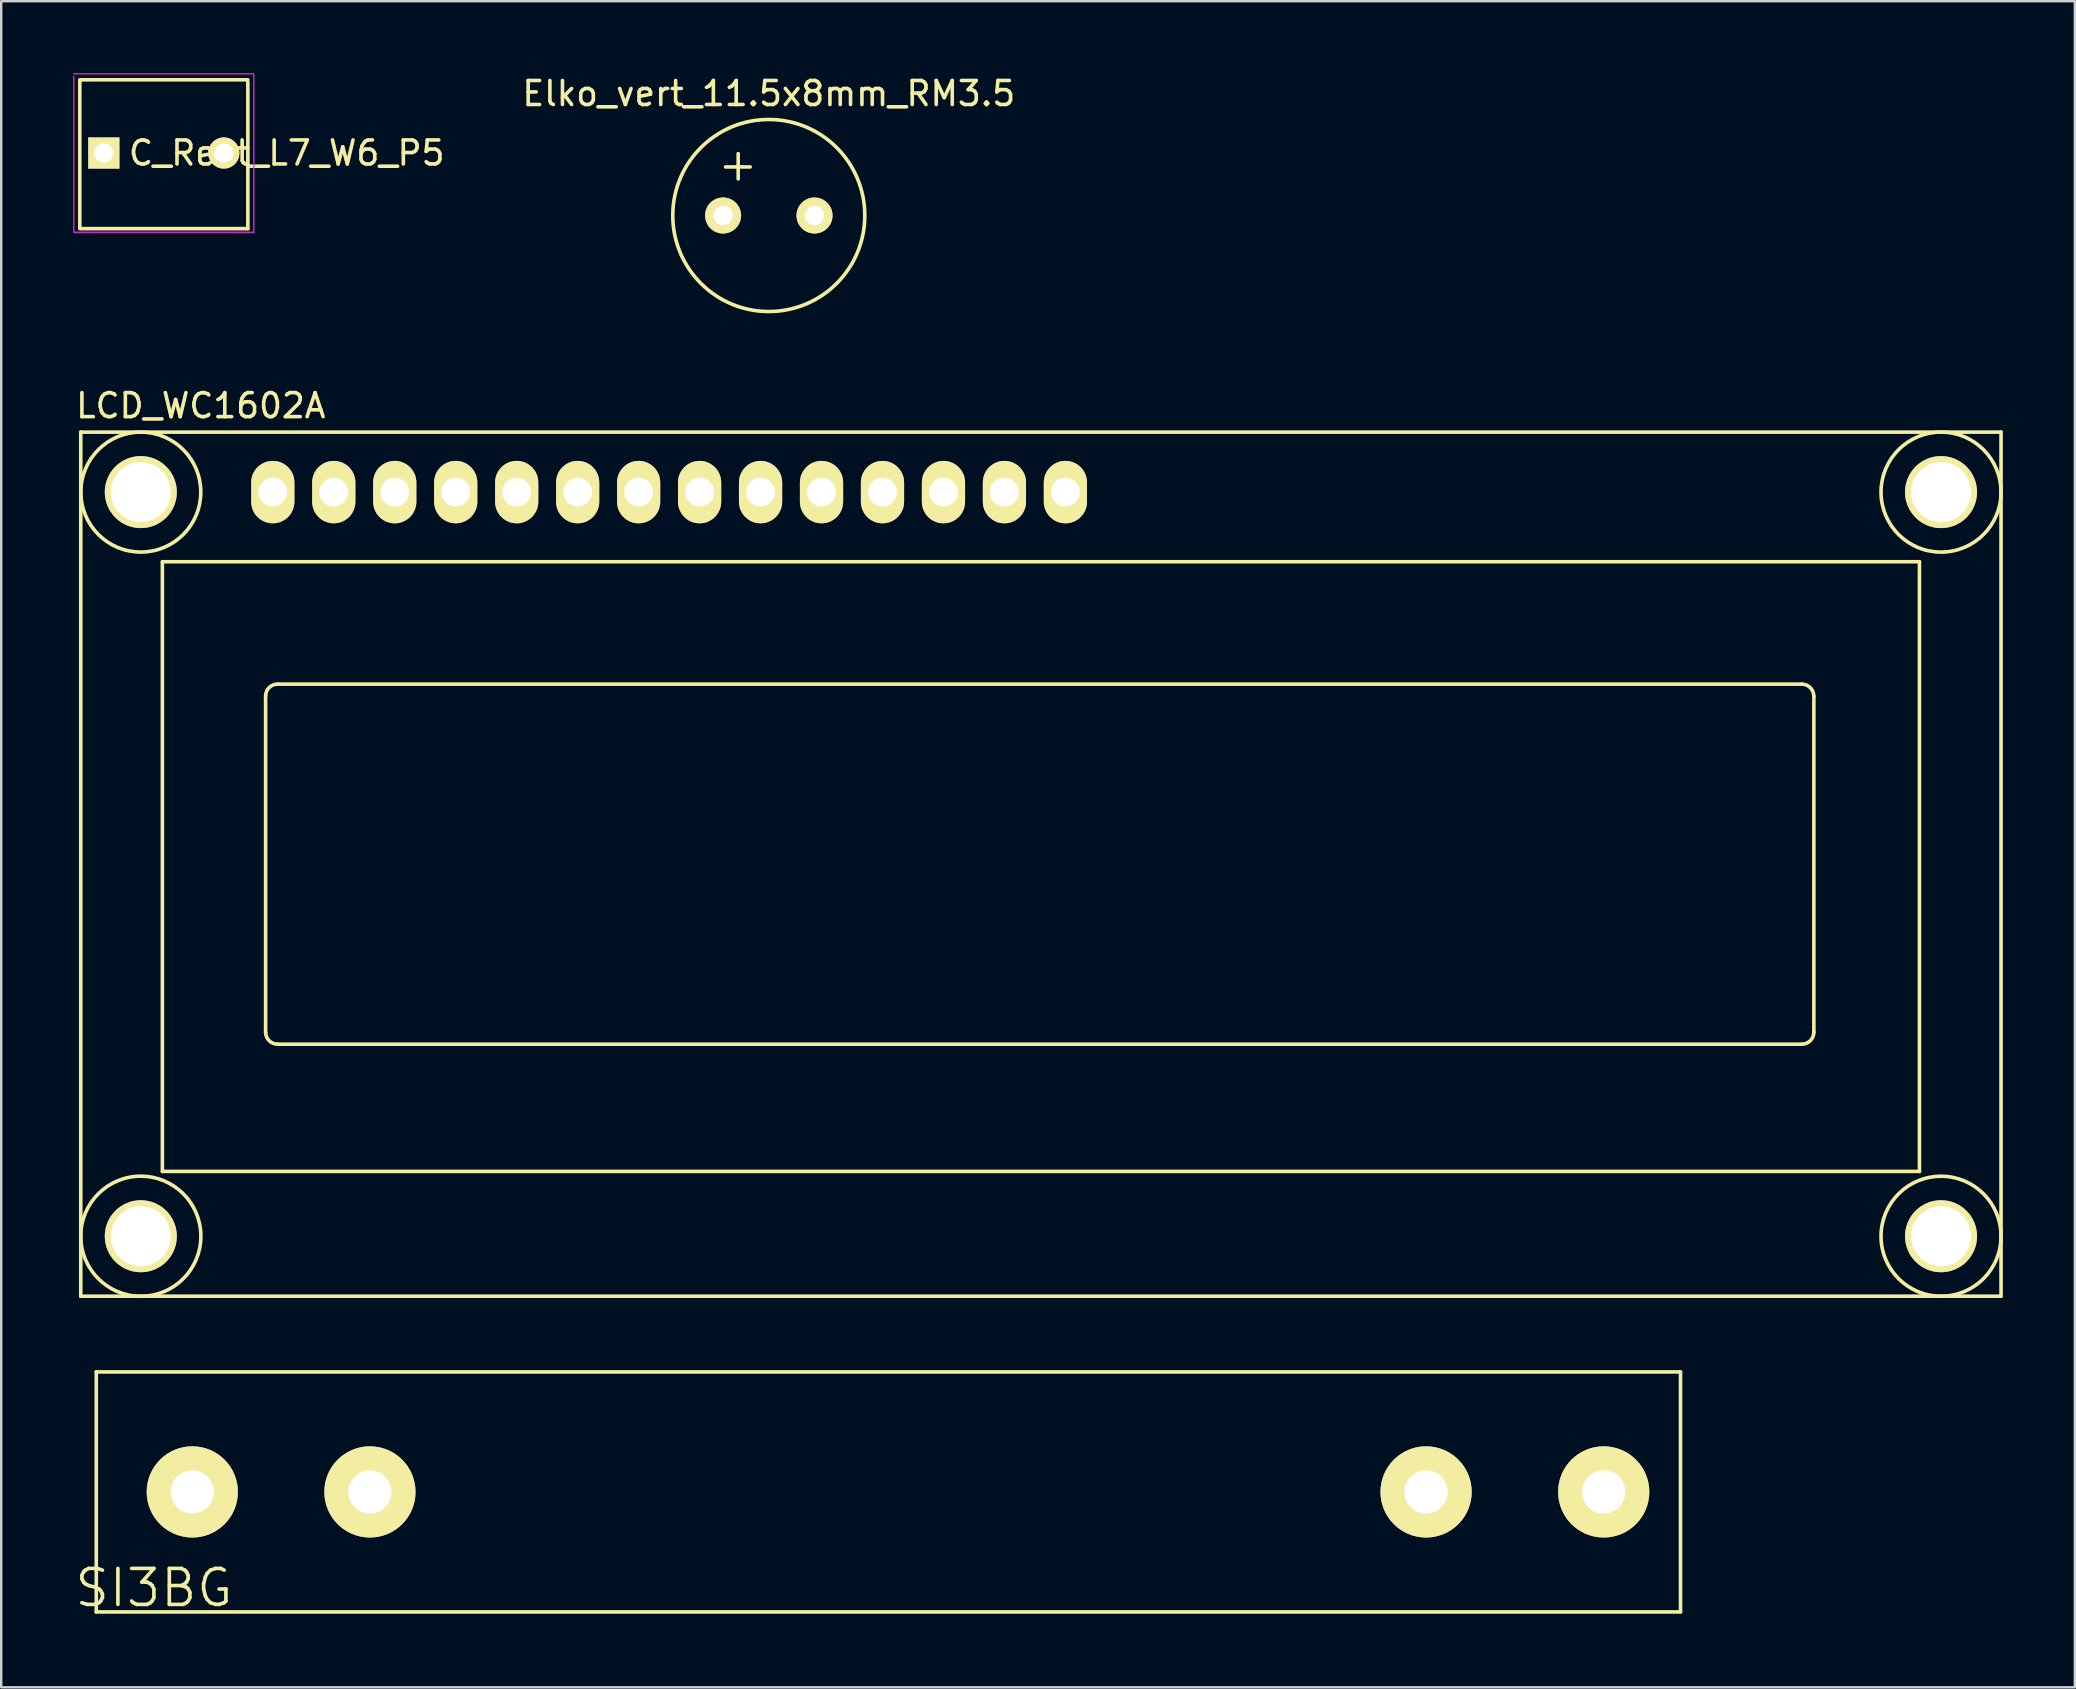
<source format=kicad_pcb>
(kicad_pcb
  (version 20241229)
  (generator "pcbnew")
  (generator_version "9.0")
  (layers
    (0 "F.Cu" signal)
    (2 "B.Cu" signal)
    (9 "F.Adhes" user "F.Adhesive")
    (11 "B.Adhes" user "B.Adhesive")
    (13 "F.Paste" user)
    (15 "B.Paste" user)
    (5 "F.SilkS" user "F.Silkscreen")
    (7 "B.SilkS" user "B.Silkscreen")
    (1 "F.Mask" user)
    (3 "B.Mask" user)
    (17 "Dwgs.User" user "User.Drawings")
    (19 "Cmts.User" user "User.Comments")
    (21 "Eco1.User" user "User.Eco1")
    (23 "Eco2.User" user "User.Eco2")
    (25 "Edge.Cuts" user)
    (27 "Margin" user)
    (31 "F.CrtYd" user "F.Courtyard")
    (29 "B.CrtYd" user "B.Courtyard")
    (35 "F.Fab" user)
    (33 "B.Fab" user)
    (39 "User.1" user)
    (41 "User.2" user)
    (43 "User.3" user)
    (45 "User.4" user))
  (footprint "C_Rect_L7_W6_P5"
    (layer "F.Cu")
    (at 1.275 3.325)
    (property "Reference" "C_Rect_L7_W6_P5" (at 7.62 0 0) (layer "F.SilkS") (effects (font (size 1 1) (thickness 0.15))))
    (attr through_hole)
    (fp_line (start -1 -3.05) (end 6 -3.05) (stroke (width 0.15) (type solid)) (layer "F.SilkS"))
    (fp_line (start -1 3.1) (end -1 -3) (stroke (width 0.15) (type solid)) (layer "F.SilkS"))
    (fp_line (start 6 -2.95) (end 6 3.15) (stroke (width 0.15) (type solid)) (layer "F.SilkS"))
    (fp_line (start 6 3.15) (end -1 3.15) (stroke (width 0.15) (type solid)) (layer "F.SilkS"))
    (fp_line (start -1.25 -3.3) (end 6.25 -3.3) (stroke (width 0.05) (type solid)) (layer "F.CrtYd"))
    (fp_line (start -1.25 3.3) (end -1.25 -3.2) (stroke (width 0.05) (type solid)) (layer "F.CrtYd"))
    (fp_line (start 6.25 -3.25) (end 6.25 3.3) (stroke (width 0.05) (type solid)) (layer "F.CrtYd"))
    (fp_line (start 6.25 3.3) (end -1.25 3.3) (stroke (width 0.05) (type solid)) (layer "F.CrtYd"))
    (pad "1" thru_hole rect (at 0 0) (size 1.3 1.3) (drill 0.8) (layers "*.Cu" "*.Mask" "F.SilkS"))
    (pad "2" thru_hole circle (at 5 0) (size 1.3 1.3) (drill 0.8) (layers "*.Cu" "*.Mask" "F.SilkS")))
  (footprint "Elko_vert_11.5x8mm_RM3.5"
    (layer "F.Cu")
    (at 27.073 5.928)
    (property "Reference" "Elko_vert_11.5x8mm_RM3.5" (at 1.905 -5.08 0) (layer "F.SilkS") (effects (font (size 1 1) (thickness 0.15))))
    (attr through_hole)
    (fp_line (start 0.104 -2.024) (end 1.13 -2.024) (stroke (width 0.15) (type solid)) (layer "F.SilkS"))
    (fp_line (start 0.63 -2.576) (end 0.63 -1.524) (stroke (width 0.15) (type solid)) (layer "F.SilkS"))
    (fp_circle (center 1.905 0) (end 5.905 0) (stroke (width 0.15) (type solid)) (fill no) (layer "F.SilkS"))
    (pad "1" thru_hole circle (at 0 0) (size 1.501 1.501) (drill 0.8) (layers "*.Cu" "*.Mask" "F.SilkS"))
    (pad "2" thru_hole circle (at 3.81 0) (size 1.501 1.501) (drill 0.8) (layers "*.Cu" "*.Mask" "F.SilkS")))
  (footprint "SI3BG"
    (layer "F.Cu")
    (at 4.961 59.104)
    (property "Reference" "SI3BG" (at -1.6 4 0) (layer "F.SilkS") (effects (font (size 1.5 1.5) (thickness 0.15))))
    (attr through_hole)
    (fp_line (start -4 -5) (end -4 5) (stroke (width 0.15) (type solid)) (layer "F.SilkS"))
    (fp_line (start -4 5) (end 62 5) (stroke (width 0.15) (type solid)) (layer "F.SilkS"))
    (fp_line (start 62 -5) (end -4 -5) (stroke (width 0.15) (type solid)) (layer "F.SilkS"))
    (fp_line (start 62 5) (end 62 -5) (stroke (width 0.15) (type solid)) (layer "F.SilkS"))
    (pad "1" thru_hole oval (at 0 0) (size 3.8 3.8) (drill 1.8) (layers "*.Cu" "*.Mask" "F.SilkS"))
    (pad "1" thru_hole oval (at 7.4 0) (size 3.8 3.8) (drill 1.8) (layers "*.Cu" "*.Mask" "F.SilkS"))
    (pad "2" thru_hole oval (at 51.4 0) (size 3.8 3.8) (drill 1.8) (layers "*.Cu" "*.Mask" "F.SilkS"))
    (pad "2" thru_hole oval (at 58.8 0) (size 3.8 3.8) (drill 1.8) (layers "*.Cu" "*.Mask" "F.SilkS")))
  (footprint "LCD_WC1602A"
    (layer "F.Cu")
    (at 8.315 17.451)
    (property "Reference" "LCD_WC1602A" (at -3 -3.599 0) (layer "F.SilkS") (effects (font (size 1 1) (thickness 0.15))))
    (attr through_hole)
    (fp_line (start -8.001 -2.499) (end 71.999 -2.499) (stroke (width 0.15) (type solid)) (layer "F.SilkS"))
    (fp_line (start -8.001 33.5) (end -8.001 -2.499) (stroke (width 0.15) (type solid)) (layer "F.SilkS"))
    (fp_line (start -4.6 2.901) (end 68.6 2.901) (stroke (width 0.15) (type solid)) (layer "F.SilkS"))
    (fp_line (start -4.6 28.301) (end -4.6 2.901) (stroke (width 0.15) (type solid)) (layer "F.SilkS"))
    (fp_line (start -0.3 22.499) (end -0.3 8.499) (stroke (width 0.15) (type solid)) (layer "F.SilkS"))
    (fp_line (start 0.201 8.001) (end 63.701 8.001) (stroke (width 0.15) (type solid)) (layer "F.SilkS"))
    (fp_line (start 63.701 23) (end 0.201 23) (stroke (width 0.15) (type solid)) (layer "F.SilkS"))
    (fp_line (start 64.201 8.499) (end 64.201 22.499) (stroke (width 0.15) (type solid)) (layer "F.SilkS"))
    (fp_line (start 68.6 2.901) (end 68.6 28.301) (stroke (width 0.15) (type solid)) (layer "F.SilkS"))
    (fp_line (start 68.6 28.301) (end -4.6 28.301) (stroke (width 0.15) (type solid)) (layer "F.SilkS"))
    (fp_line (start 71.999 -2.499) (end 71.999 33.5) (stroke (width 0.15) (type solid)) (layer "F.SilkS"))
    (fp_line (start 71.999 33.5) (end -8.001 33.5) (stroke (width 0.15) (type solid)) (layer "F.SilkS"))
    (fp_arc (start -0.29972 8.49884) (mid -0.153162 8.145018) (end 0.20066 7.99846) (stroke (width 0.15) (type solid)) (layer "F.SilkS"))
    (fp_arc (start 0.20066 22.9997) (mid -0.153162 22.853142) (end -0.29972 22.49932) (stroke (width 0.15) (type solid)) (layer "F.SilkS"))
    (fp_arc (start 63.70066 8.001) (mid 64.052686 8.146814) (end 64.1985 8.49884) (stroke (width 0.15) (type solid)) (layer "F.SilkS"))
    (fp_arc (start 64.20104 22.49932) (mid 64.054482 22.853142) (end 63.70066 22.9997) (stroke (width 0.15) (type solid)) (layer "F.SilkS"))
    (fp_circle (center -5.499 0) (end -3 0) (stroke (width 0.15) (type solid)) (fill no) (layer "F.SilkS"))
    (fp_circle (center -5.499 31.001) (end -8.001 31.001) (stroke (width 0.15) (type solid)) (fill no) (layer "F.SilkS"))
    (fp_circle (center 69.499 0) (end 71.999 0) (stroke (width 0.15) (type solid)) (fill no) (layer "F.SilkS"))
    (fp_circle (center 69.499 31.001) (end 71.999 31.001) (stroke (width 0.15) (type solid)) (fill no) (layer "F.SilkS"))
    (pad "0" thru_hole circle (at -5.499 0) (size 3 3) (drill 2.5) (layers "*.Cu" "*.Mask" "F.SilkS"))
    (pad "0" thru_hole circle (at -5.499 31.001) (size 3 3) (drill 2.5) (layers "*.Cu" "*.Mask" "F.SilkS"))
    (pad "0" thru_hole circle (at 69.499 0) (size 3 3) (drill 2.5) (layers "*.Cu" "*.Mask" "F.SilkS"))
    (pad "0" thru_hole circle (at 69.499 31.001) (size 3 3) (drill 2.5) (layers "*.Cu" "*.Mask" "F.SilkS"))
    (pad "1" thru_hole oval (at 0 0) (size 1.8 2.6) (drill 1.2) (layers "*.Cu" "*.Mask" "F.SilkS"))
    (pad "2" thru_hole oval (at 2.54 0) (size 1.8 2.6) (drill 1.2) (layers "*.Cu" "*.Mask" "F.SilkS"))
    (pad "3" thru_hole oval (at 5.08 0) (size 1.8 2.6) (drill 1.2) (layers "*.Cu" "*.Mask" "F.SilkS"))
    (pad "4" thru_hole oval (at 7.62 0) (size 1.8 2.6) (drill 1.2) (layers "*.Cu" "*.Mask" "F.SilkS"))
    (pad "5" thru_hole oval (at 10.16 0) (size 1.8 2.6) (drill 1.2) (layers "*.Cu" "*.Mask" "F.SilkS"))
    (pad "6" thru_hole oval (at 12.7 0) (size 1.8 2.6) (drill 1.2) (layers "*.Cu" "*.Mask" "F.SilkS"))
    (pad "7" thru_hole oval (at 15.24 0) (size 1.8 2.6) (drill 1.2) (layers "*.Cu" "*.Mask" "F.SilkS"))
    (pad "8" thru_hole oval (at 17.78 0) (size 1.8 2.6) (drill 1.2) (layers "*.Cu" "*.Mask" "F.SilkS"))
    (pad "9" thru_hole oval (at 20.32 0) (size 1.8 2.6) (drill 1.2) (layers "*.Cu" "*.Mask" "F.SilkS"))
    (pad "10" thru_hole oval (at 22.86 0) (size 1.8 2.6) (drill 1.2) (layers "*.Cu" "*.Mask" "F.SilkS"))
    (pad "11" thru_hole oval (at 25.4 0) (size 1.8 2.6) (drill 1.2) (layers "*.Cu" "*.Mask" "F.SilkS"))
    (pad "12" thru_hole oval (at 27.94 0) (size 1.8 2.6) (drill 1.2) (layers "*.Cu" "*.Mask" "F.SilkS"))
    (pad "13" thru_hole oval (at 30.48 0) (size 1.8 2.6) (drill 1.2) (layers "*.Cu" "*.Mask" "F.SilkS"))
    (pad "14" thru_hole oval (at 33.02 0) (size 1.8 2.6) (drill 1.2) (layers "*.Cu" "*.Mask" "F.SilkS")))
  (gr_rect
    (start -3 -3)
    (end 83.389 67.245)
    (stroke (width 0.1) (type default))
    (fill no)
    (layer "Edge.Cuts")))
</source>
